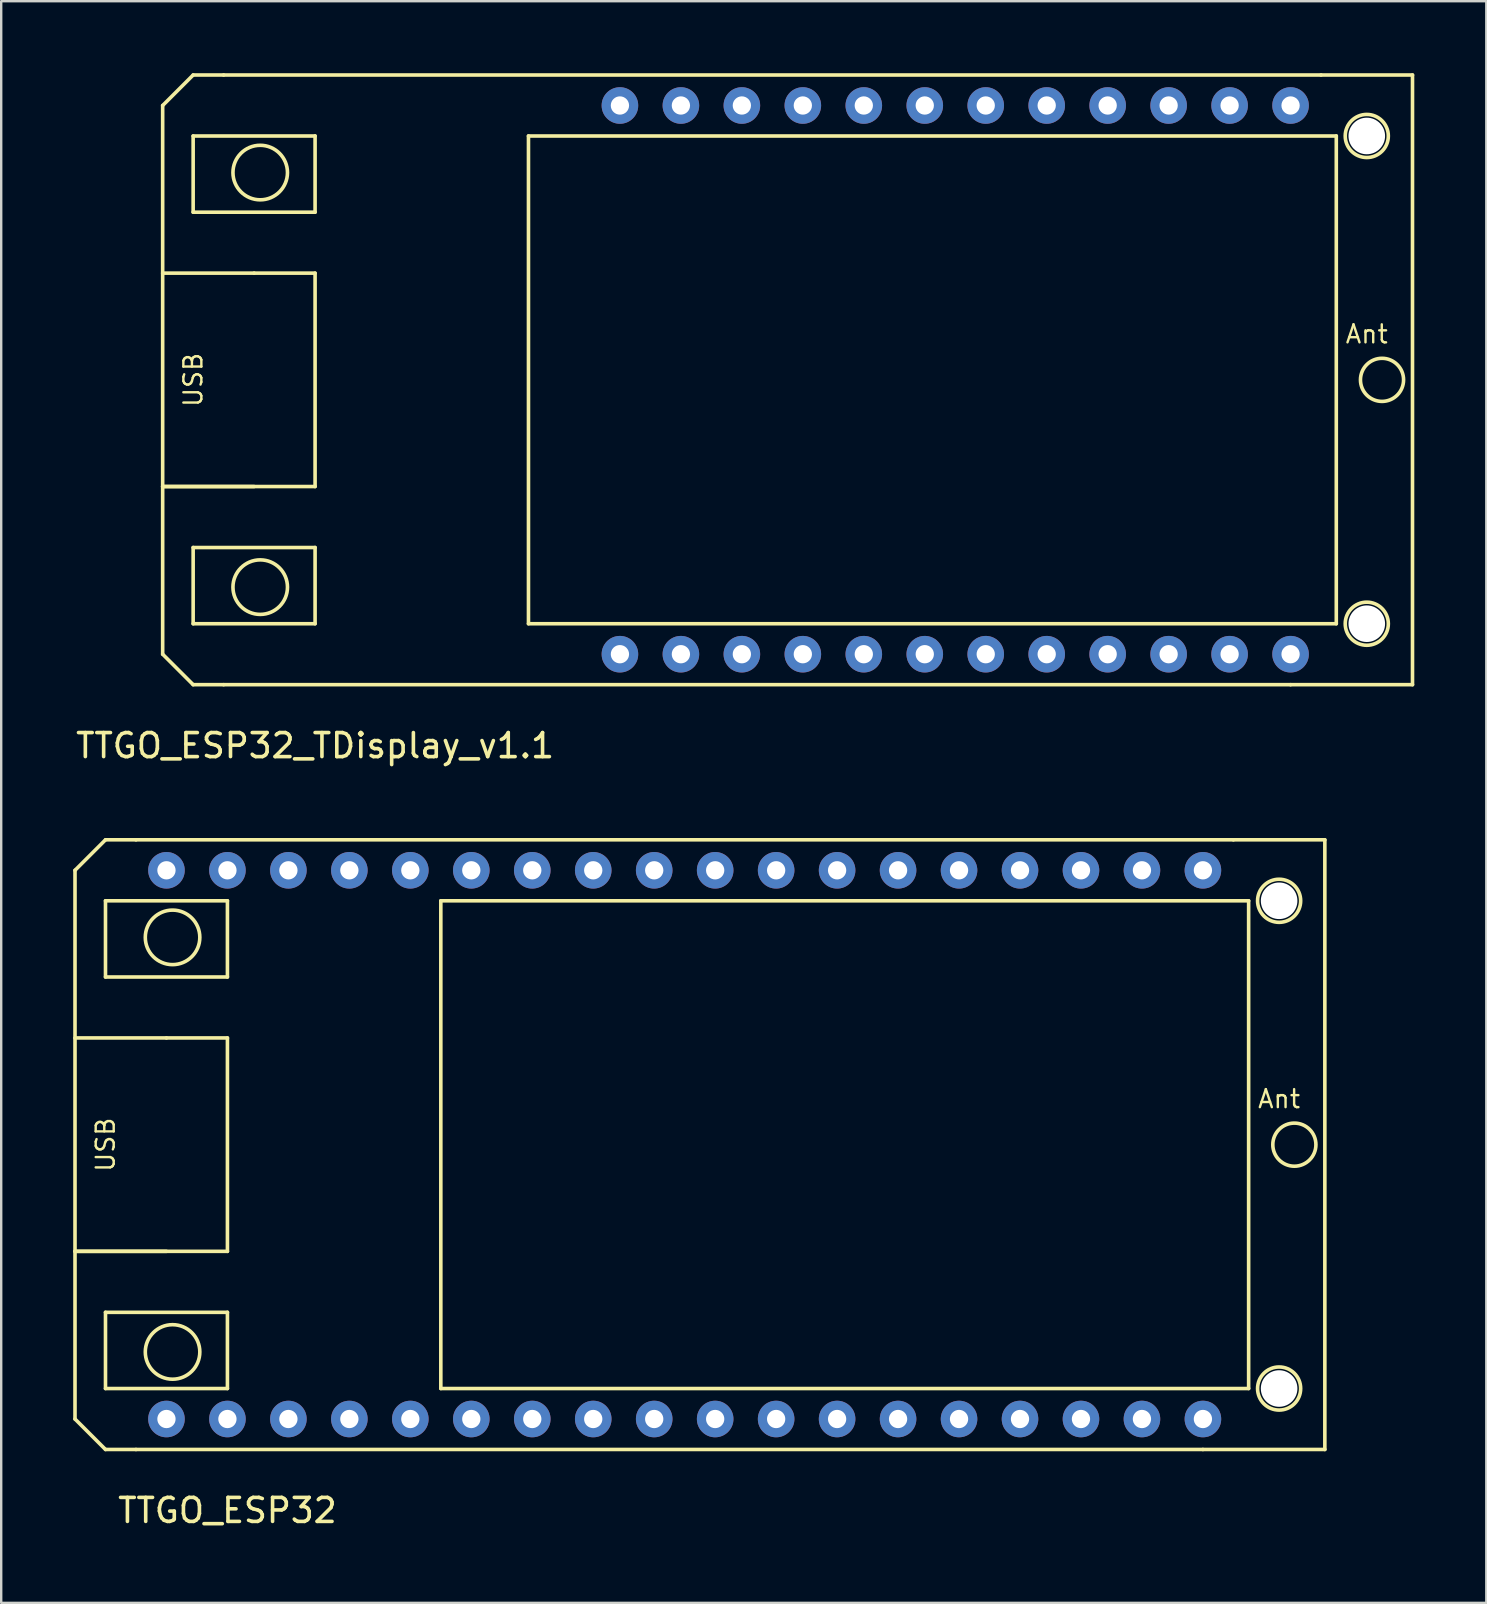
<source format=kicad_pcb>
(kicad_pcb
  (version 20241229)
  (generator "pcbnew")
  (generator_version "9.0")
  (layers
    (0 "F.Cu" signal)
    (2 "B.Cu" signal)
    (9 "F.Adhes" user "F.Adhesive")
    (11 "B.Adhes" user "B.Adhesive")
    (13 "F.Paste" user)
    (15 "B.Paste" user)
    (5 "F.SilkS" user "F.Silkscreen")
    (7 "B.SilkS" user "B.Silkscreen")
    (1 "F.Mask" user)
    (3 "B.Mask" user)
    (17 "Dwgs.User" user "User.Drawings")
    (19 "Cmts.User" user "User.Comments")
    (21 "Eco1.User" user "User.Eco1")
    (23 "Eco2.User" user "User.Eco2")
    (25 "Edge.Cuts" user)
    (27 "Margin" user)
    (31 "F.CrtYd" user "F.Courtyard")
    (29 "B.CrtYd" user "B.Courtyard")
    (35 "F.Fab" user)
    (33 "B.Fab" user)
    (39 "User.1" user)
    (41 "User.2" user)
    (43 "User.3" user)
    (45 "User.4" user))
  (footprint "TTGO_ESP32_TDisplay_v1.1"
    (layer "F.Cu")
    (at 6.267 25.475)
    (property "Reference" "TTGO_ESP32_TDisplay_v1.1" (at 3.81 2.54 0) (layer "F.SilkS") (effects (font (size 1 1) (thickness 0.15))))
    (attr through_hole)
    (fp_line (start -2.54 -24.13) (end -1.27 -25.4) (stroke (width 0.15) (type solid)) (layer "F.SilkS"))
    (fp_line (start -2.54 -8.255) (end 1.27 -8.255) (stroke (width 0.15) (type solid)) (layer "F.SilkS"))
    (fp_line (start -2.54 -1.27) (end -2.54 -24.13) (stroke (width 0.15) (type solid)) (layer "F.SilkS"))
    (fp_line (start -1.27 -25.4) (end 0 -25.4) (stroke (width 0.15) (type solid)) (layer "F.SilkS"))
    (fp_line (start -1.27 -22.86) (end 3.81 -22.86) (stroke (width 0.15) (type solid)) (layer "F.SilkS"))
    (fp_line (start -1.27 -19.685) (end -1.27 -22.86) (stroke (width 0.15) (type solid)) (layer "F.SilkS"))
    (fp_line (start -1.27 -5.715) (end 3.81 -5.715) (stroke (width 0.15) (type solid)) (layer "F.SilkS"))
    (fp_line (start -1.27 -2.54) (end -1.27 -5.715) (stroke (width 0.15) (type solid)) (layer "F.SilkS"))
    (fp_line (start -1.27 0) (end -2.54 -1.27) (stroke (width 0.15) (type solid)) (layer "F.SilkS"))
    (fp_line (start 0 0) (end -1.27 0) (stroke (width 0.15) (type solid)) (layer "F.SilkS"))
    (fp_line (start 1.27 -17.145) (end -2.54 -17.145) (stroke (width 0.15) (type solid)) (layer "F.SilkS"))
    (fp_line (start 1.27 -17.145) (end 3.81 -17.145) (stroke (width 0.15) (type solid)) (layer "F.SilkS"))
    (fp_line (start 3.81 -22.86) (end 3.81 -19.685) (stroke (width 0.15) (type solid)) (layer "F.SilkS"))
    (fp_line (start 3.81 -19.685) (end -1.27 -19.685) (stroke (width 0.15) (type solid)) (layer "F.SilkS"))
    (fp_line (start 3.81 -17.145) (end 3.81 -8.255) (stroke (width 0.15) (type solid)) (layer "F.SilkS"))
    (fp_line (start 3.81 -8.255) (end -2.54 -8.255) (stroke (width 0.15) (type solid)) (layer "F.SilkS"))
    (fp_line (start 3.81 -5.715) (end 3.81 -2.54) (stroke (width 0.15) (type solid)) (layer "F.SilkS"))
    (fp_line (start 3.81 -2.54) (end -1.27 -2.54) (stroke (width 0.15) (type solid)) (layer "F.SilkS"))
    (fp_line (start 12.7 -22.86) (end 46.355 -22.86) (stroke (width 0.15) (type solid)) (layer "F.SilkS"))
    (fp_line (start 12.7 -2.54) (end 12.7 -22.86) (stroke (width 0.15) (type solid)) (layer "F.SilkS"))
    (fp_line (start 44.45 0) (end 0 0) (stroke (width 0.15) (type solid)) (layer "F.SilkS"))
    (fp_line (start 45.72 -25.4) (end 0 -25.4) (stroke (width 0.15) (type solid)) (layer "F.SilkS"))
    (fp_line (start 46.355 -22.86) (end 46.355 -2.54) (stroke (width 0.15) (type solid)) (layer "F.SilkS"))
    (fp_line (start 46.355 -2.54) (end 12.7 -2.54) (stroke (width 0.15) (type solid)) (layer "F.SilkS"))
    (fp_line (start 49.53 -25.4) (end 45.72 -25.4) (stroke (width 0.15) (type solid)) (layer "F.SilkS"))
    (fp_line (start 49.53 -25.4) (end 49.53 0) (stroke (width 0.15) (type solid)) (layer "F.SilkS"))
    (fp_line (start 49.53 0) (end 44.45 0) (stroke (width 0.15) (type solid)) (layer "F.SilkS"))
    (fp_circle (center 1.524 -21.336) (end 2.54 -21.844) (stroke (width 0.15) (type solid)) (fill no) (layer "F.SilkS"))
    (fp_circle (center 1.524 -4.064) (end 2.54 -4.572) (stroke (width 0.15) (type solid)) (fill no) (layer "F.SilkS"))
    (fp_circle (center 47.625 -22.86) (end 48.26 -23.495) (stroke (width 0.15) (type solid)) (fill no) (layer "F.SilkS"))
    (fp_circle (center 47.625 -2.54) (end 48.26 -3.175) (stroke (width 0.15) (type solid)) (fill no) (layer "F.SilkS"))
    (fp_circle (center 48.26 -12.7) (end 48.895 -13.335) (stroke (width 0.15) (type solid)) (fill no) (layer "F.SilkS"))
    (fp_text user "Ant" (at 47.625 -14.605 0) (layer "F.SilkS") (effects (font (size 0.75 0.75) (thickness 0.1))))
    (fp_text user "USB" (at -1.27 -12.7 90) (layer "F.SilkS") (effects (font (size 0.75 0.75) (thickness 0.1))))
    (pad "" np_thru_hole circle (at 47.625 -22.86) (size 1.524 1.524) (drill 1.524) (layers "*.Cu" "*.Mask"))
    (pad "" np_thru_hole circle (at 47.625 -2.54) (size 1.524 1.524) (drill 1.524) (layers "*.Cu" "*.Mask"))
    (pad "1" thru_hole circle (at 16.51 -1.27) (size 1.524 1.524) (drill 0.762) (layers "*.Cu" "*.Mask"))
    (pad "2" thru_hole circle (at 19.05 -1.27) (size 1.524 1.524) (drill 0.762) (layers "*.Cu" "*.Mask"))
    (pad "3" thru_hole circle (at 21.59 -1.27) (size 1.524 1.524) (drill 0.762) (layers "*.Cu" "*.Mask"))
    (pad "4" thru_hole circle (at 24.13 -1.27) (size 1.524 1.524) (drill 0.762) (layers "*.Cu" "*.Mask"))
    (pad "5" thru_hole circle (at 26.67 -1.27) (size 1.524 1.524) (drill 0.762) (layers "*.Cu" "*.Mask"))
    (pad "6" thru_hole circle (at 29.21 -1.27) (size 1.524 1.524) (drill 0.762) (layers "*.Cu" "*.Mask"))
    (pad "7" thru_hole circle (at 31.75 -1.27) (size 1.524 1.524) (drill 0.762) (layers "*.Cu" "*.Mask"))
    (pad "8" thru_hole circle (at 34.29 -1.27) (size 1.524 1.524) (drill 0.762) (layers "*.Cu" "*.Mask"))
    (pad "9" thru_hole circle (at 36.83 -1.27) (size 1.524 1.524) (drill 0.762) (layers "*.Cu" "*.Mask"))
    (pad "10" thru_hole circle (at 39.37 -1.27) (size 1.524 1.524) (drill 0.762) (layers "*.Cu" "*.Mask"))
    (pad "11" thru_hole circle (at 41.91 -1.27) (size 1.524 1.524) (drill 0.762) (layers "*.Cu" "*.Mask"))
    (pad "12" thru_hole circle (at 44.45 -1.27) (size 1.524 1.524) (drill 0.762) (layers "*.Cu" "*.Mask"))
    (pad "13" thru_hole circle (at 44.45 -24.13) (size 1.524 1.524) (drill 0.762) (layers "*.Cu" "*.Mask"))
    (pad "14" thru_hole circle (at 41.91 -24.13) (size 1.524 1.524) (drill 0.762) (layers "*.Cu" "*.Mask"))
    (pad "15" thru_hole circle (at 39.37 -24.13) (size 1.524 1.524) (drill 0.762) (layers "*.Cu" "*.Mask"))
    (pad "16" thru_hole circle (at 36.83 -24.13) (size 1.524 1.524) (drill 0.762) (layers "*.Cu" "*.Mask"))
    (pad "17" thru_hole circle (at 34.29 -24.13) (size 1.524 1.524) (drill 0.762) (layers "*.Cu" "*.Mask"))
    (pad "18" thru_hole circle (at 31.75 -24.13) (size 1.524 1.524) (drill 0.762) (layers "*.Cu" "*.Mask"))
    (pad "19" thru_hole circle (at 29.21 -24.13) (size 1.524 1.524) (drill 0.762) (layers "*.Cu" "*.Mask"))
    (pad "20" thru_hole circle (at 26.67 -24.13) (size 1.524 1.524) (drill 0.762) (layers "*.Cu" "*.Mask"))
    (pad "21" thru_hole circle (at 24.13 -24.13) (size 1.524 1.524) (drill 0.762) (layers "*.Cu" "*.Mask"))
    (pad "22" thru_hole circle (at 21.59 -24.13) (size 1.524 1.524) (drill 0.762) (layers "*.Cu" "*.Mask"))
    (pad "23" thru_hole circle (at 19.05 -24.13) (size 1.524 1.524) (drill 0.762) (layers "*.Cu" "*.Mask"))
    (pad "24" thru_hole circle (at 16.51 -24.13) (size 1.524 1.524) (drill 0.762) (layers "*.Cu" "*.Mask")))
  (footprint "TTGO_ESP32"
    (layer "F.Cu")
    (at 2.615 57.338)
    (property "Reference" "TTGO_ESP32" (at 3.81 2.54 0) (layer "F.SilkS") (effects (font (size 1 1) (thickness 0.15))))
    (attr through_hole)
    (fp_line (start -2.54 -24.13) (end -1.27 -25.4) (stroke (width 0.15) (type solid)) (layer "F.SilkS"))
    (fp_line (start -2.54 -8.255) (end 1.27 -8.255) (stroke (width 0.15) (type solid)) (layer "F.SilkS"))
    (fp_line (start -2.54 -1.27) (end -2.54 -24.13) (stroke (width 0.15) (type solid)) (layer "F.SilkS"))
    (fp_line (start -1.27 -25.4) (end 0 -25.4) (stroke (width 0.15) (type solid)) (layer "F.SilkS"))
    (fp_line (start -1.27 -22.86) (end 3.81 -22.86) (stroke (width 0.15) (type solid)) (layer "F.SilkS"))
    (fp_line (start -1.27 -19.685) (end -1.27 -22.86) (stroke (width 0.15) (type solid)) (layer "F.SilkS"))
    (fp_line (start -1.27 -5.715) (end 3.81 -5.715) (stroke (width 0.15) (type solid)) (layer "F.SilkS"))
    (fp_line (start -1.27 -2.54) (end -1.27 -5.715) (stroke (width 0.15) (type solid)) (layer "F.SilkS"))
    (fp_line (start -1.27 0) (end -2.54 -1.27) (stroke (width 0.15) (type solid)) (layer "F.SilkS"))
    (fp_line (start 0 0) (end -1.27 0) (stroke (width 0.15) (type solid)) (layer "F.SilkS"))
    (fp_line (start 1.27 -17.145) (end -2.54 -17.145) (stroke (width 0.15) (type solid)) (layer "F.SilkS"))
    (fp_line (start 1.27 -17.145) (end 3.81 -17.145) (stroke (width 0.15) (type solid)) (layer "F.SilkS"))
    (fp_line (start 3.81 -22.86) (end 3.81 -19.685) (stroke (width 0.15) (type solid)) (layer "F.SilkS"))
    (fp_line (start 3.81 -19.685) (end -1.27 -19.685) (stroke (width 0.15) (type solid)) (layer "F.SilkS"))
    (fp_line (start 3.81 -17.145) (end 3.81 -8.255) (stroke (width 0.15) (type solid)) (layer "F.SilkS"))
    (fp_line (start 3.81 -8.255) (end -2.54 -8.255) (stroke (width 0.15) (type solid)) (layer "F.SilkS"))
    (fp_line (start 3.81 -5.715) (end 3.81 -2.54) (stroke (width 0.15) (type solid)) (layer "F.SilkS"))
    (fp_line (start 3.81 -2.54) (end -1.27 -2.54) (stroke (width 0.15) (type solid)) (layer "F.SilkS"))
    (fp_line (start 12.7 -22.86) (end 46.355 -22.86) (stroke (width 0.15) (type solid)) (layer "F.SilkS"))
    (fp_line (start 12.7 -2.54) (end 12.7 -22.86) (stroke (width 0.15) (type solid)) (layer "F.SilkS"))
    (fp_line (start 44.45 0) (end 0 0) (stroke (width 0.15) (type solid)) (layer "F.SilkS"))
    (fp_line (start 45.72 -25.4) (end 0 -25.4) (stroke (width 0.15) (type solid)) (layer "F.SilkS"))
    (fp_line (start 46.355 -22.86) (end 46.355 -2.54) (stroke (width 0.15) (type solid)) (layer "F.SilkS"))
    (fp_line (start 46.355 -2.54) (end 12.7 -2.54) (stroke (width 0.15) (type solid)) (layer "F.SilkS"))
    (fp_line (start 49.53 -25.4) (end 45.72 -25.4) (stroke (width 0.15) (type solid)) (layer "F.SilkS"))
    (fp_line (start 49.53 -25.4) (end 49.53 0) (stroke (width 0.15) (type solid)) (layer "F.SilkS"))
    (fp_line (start 49.53 0) (end 44.45 0) (stroke (width 0.15) (type solid)) (layer "F.SilkS"))
    (fp_circle (center 1.524 -21.336) (end 2.54 -21.844) (stroke (width 0.15) (type solid)) (fill no) (layer "F.SilkS"))
    (fp_circle (center 1.524 -4.064) (end 2.54 -4.572) (stroke (width 0.15) (type solid)) (fill no) (layer "F.SilkS"))
    (fp_circle (center 47.625 -22.86) (end 48.26 -23.495) (stroke (width 0.15) (type solid)) (fill no) (layer "F.SilkS"))
    (fp_circle (center 47.625 -2.54) (end 48.26 -3.175) (stroke (width 0.15) (type solid)) (fill no) (layer "F.SilkS"))
    (fp_circle (center 48.26 -12.7) (end 48.895 -13.335) (stroke (width 0.15) (type solid)) (fill no) (layer "F.SilkS"))
    (fp_text user "USB" (at -1.27 -12.7 90) (layer "F.SilkS") (effects (font (size 0.75 0.75) (thickness 0.1))))
    (fp_text user "Ant" (at 47.625 -14.605 0) (layer "F.SilkS") (effects (font (size 0.75 0.75) (thickness 0.1))))
    (pad "" np_thru_hole circle (at 47.625 -22.86) (size 1.524 1.524) (drill 1.524) (layers "*.Cu" "*.Mask"))
    (pad "" np_thru_hole circle (at 47.625 -2.54) (size 1.524 1.524) (drill 1.524) (layers "*.Cu" "*.Mask"))
    (pad "1" thru_hole circle (at 1.27 -1.27) (size 1.524 1.524) (drill 0.762) (layers "*.Cu" "*.Mask"))
    (pad "2" thru_hole circle (at 3.81 -1.27) (size 1.524 1.524) (drill 0.762) (layers "*.Cu" "*.Mask"))
    (pad "3" thru_hole circle (at 6.35 -1.27) (size 1.524 1.524) (drill 0.762) (layers "*.Cu" "*.Mask"))
    (pad "4" thru_hole circle (at 8.89 -1.27) (size 1.524 1.524) (drill 0.762) (layers "*.Cu" "*.Mask"))
    (pad "5" thru_hole circle (at 11.43 -1.27) (size 1.524 1.524) (drill 0.762) (layers "*.Cu" "*.Mask"))
    (pad "6" thru_hole circle (at 13.97 -1.27) (size 1.524 1.524) (drill 0.762) (layers "*.Cu" "*.Mask"))
    (pad "7" thru_hole circle (at 16.51 -1.27) (size 1.524 1.524) (drill 0.762) (layers "*.Cu" "*.Mask"))
    (pad "8" thru_hole circle (at 19.05 -1.27) (size 1.524 1.524) (drill 0.762) (layers "*.Cu" "*.Mask"))
    (pad "9" thru_hole circle (at 21.59 -1.27) (size 1.524 1.524) (drill 0.762) (layers "*.Cu" "*.Mask"))
    (pad "10" thru_hole circle (at 24.13 -1.27) (size 1.524 1.524) (drill 0.762) (layers "*.Cu" "*.Mask"))
    (pad "11" thru_hole circle (at 26.67 -1.27) (size 1.524 1.524) (drill 0.762) (layers "*.Cu" "*.Mask"))
    (pad "12" thru_hole circle (at 29.21 -1.27) (size 1.524 1.524) (drill 0.762) (layers "*.Cu" "*.Mask"))
    (pad "13" thru_hole circle (at 31.75 -1.27) (size 1.524 1.524) (drill 0.762) (layers "*.Cu" "*.Mask"))
    (pad "14" thru_hole circle (at 34.29 -1.27) (size 1.524 1.524) (drill 0.762) (layers "*.Cu" "*.Mask"))
    (pad "15" thru_hole circle (at 36.83 -1.27) (size 1.524 1.524) (drill 0.762) (layers "*.Cu" "*.Mask"))
    (pad "16" thru_hole circle (at 39.37 -1.27) (size 1.524 1.524) (drill 0.762) (layers "*.Cu" "*.Mask"))
    (pad "17" thru_hole circle (at 41.91 -1.27) (size 1.524 1.524) (drill 0.762) (layers "*.Cu" "*.Mask"))
    (pad "18" thru_hole circle (at 44.45 -1.27) (size 1.524 1.524) (drill 0.762) (layers "*.Cu" "*.Mask"))
    (pad "19" thru_hole circle (at 1.27 -24.13) (size 1.524 1.524) (drill 0.762) (layers "*.Cu" "*.Mask"))
    (pad "20" thru_hole circle (at 3.81 -24.13) (size 1.524 1.524) (drill 0.762) (layers "*.Cu" "*.Mask"))
    (pad "21" thru_hole circle (at 6.35 -24.13) (size 1.524 1.524) (drill 0.762) (layers "*.Cu" "*.Mask"))
    (pad "22" thru_hole circle (at 8.89 -24.13) (size 1.524 1.524) (drill 0.762) (layers "*.Cu" "*.Mask"))
    (pad "23" thru_hole circle (at 11.43 -24.13) (size 1.524 1.524) (drill 0.762) (layers "*.Cu" "*.Mask"))
    (pad "24" thru_hole circle (at 13.97 -24.13) (size 1.524 1.524) (drill 0.762) (layers "*.Cu" "*.Mask"))
    (pad "25" thru_hole circle (at 16.51 -24.13) (size 1.524 1.524) (drill 0.762) (layers "*.Cu" "*.Mask"))
    (pad "26" thru_hole circle (at 19.05 -24.13) (size 1.524 1.524) (drill 0.762) (layers "*.Cu" "*.Mask"))
    (pad "27" thru_hole circle (at 21.59 -24.13) (size 1.524 1.524) (drill 0.762) (layers "*.Cu" "*.Mask"))
    (pad "28" thru_hole circle (at 24.13 -24.13) (size 1.524 1.524) (drill 0.762) (layers "*.Cu" "*.Mask"))
    (pad "29" thru_hole circle (at 26.67 -24.13) (size 1.524 1.524) (drill 0.762) (layers "*.Cu" "*.Mask"))
    (pad "30" thru_hole circle (at 29.21 -24.13) (size 1.524 1.524) (drill 0.762) (layers "*.Cu" "*.Mask"))
    (pad "31" thru_hole circle (at 31.75 -24.13) (size 1.524 1.524) (drill 0.762) (layers "*.Cu" "*.Mask"))
    (pad "32" thru_hole circle (at 34.29 -24.13) (size 1.524 1.524) (drill 0.762) (layers "*.Cu" "*.Mask"))
    (pad "33" thru_hole circle (at 36.83 -24.13) (size 1.524 1.524) (drill 0.762) (layers "*.Cu" "*.Mask"))
    (pad "34" thru_hole circle (at 39.37 -24.13) (size 1.524 1.524) (drill 0.762) (layers "*.Cu" "*.Mask"))
    (pad "35" thru_hole circle (at 41.91 -24.13) (size 1.524 1.524) (drill 0.762) (layers "*.Cu" "*.Mask"))
    (pad "36" thru_hole circle (at 44.45 -24.13) (size 1.524 1.524) (drill 0.762) (layers "*.Cu" "*.Mask")))
  (gr_rect
    (start -3 -3)
    (end 58.872 63.727)
    (stroke (width 0.1) (type default))
    (fill no)
    (layer "Edge.Cuts")))
</source>
